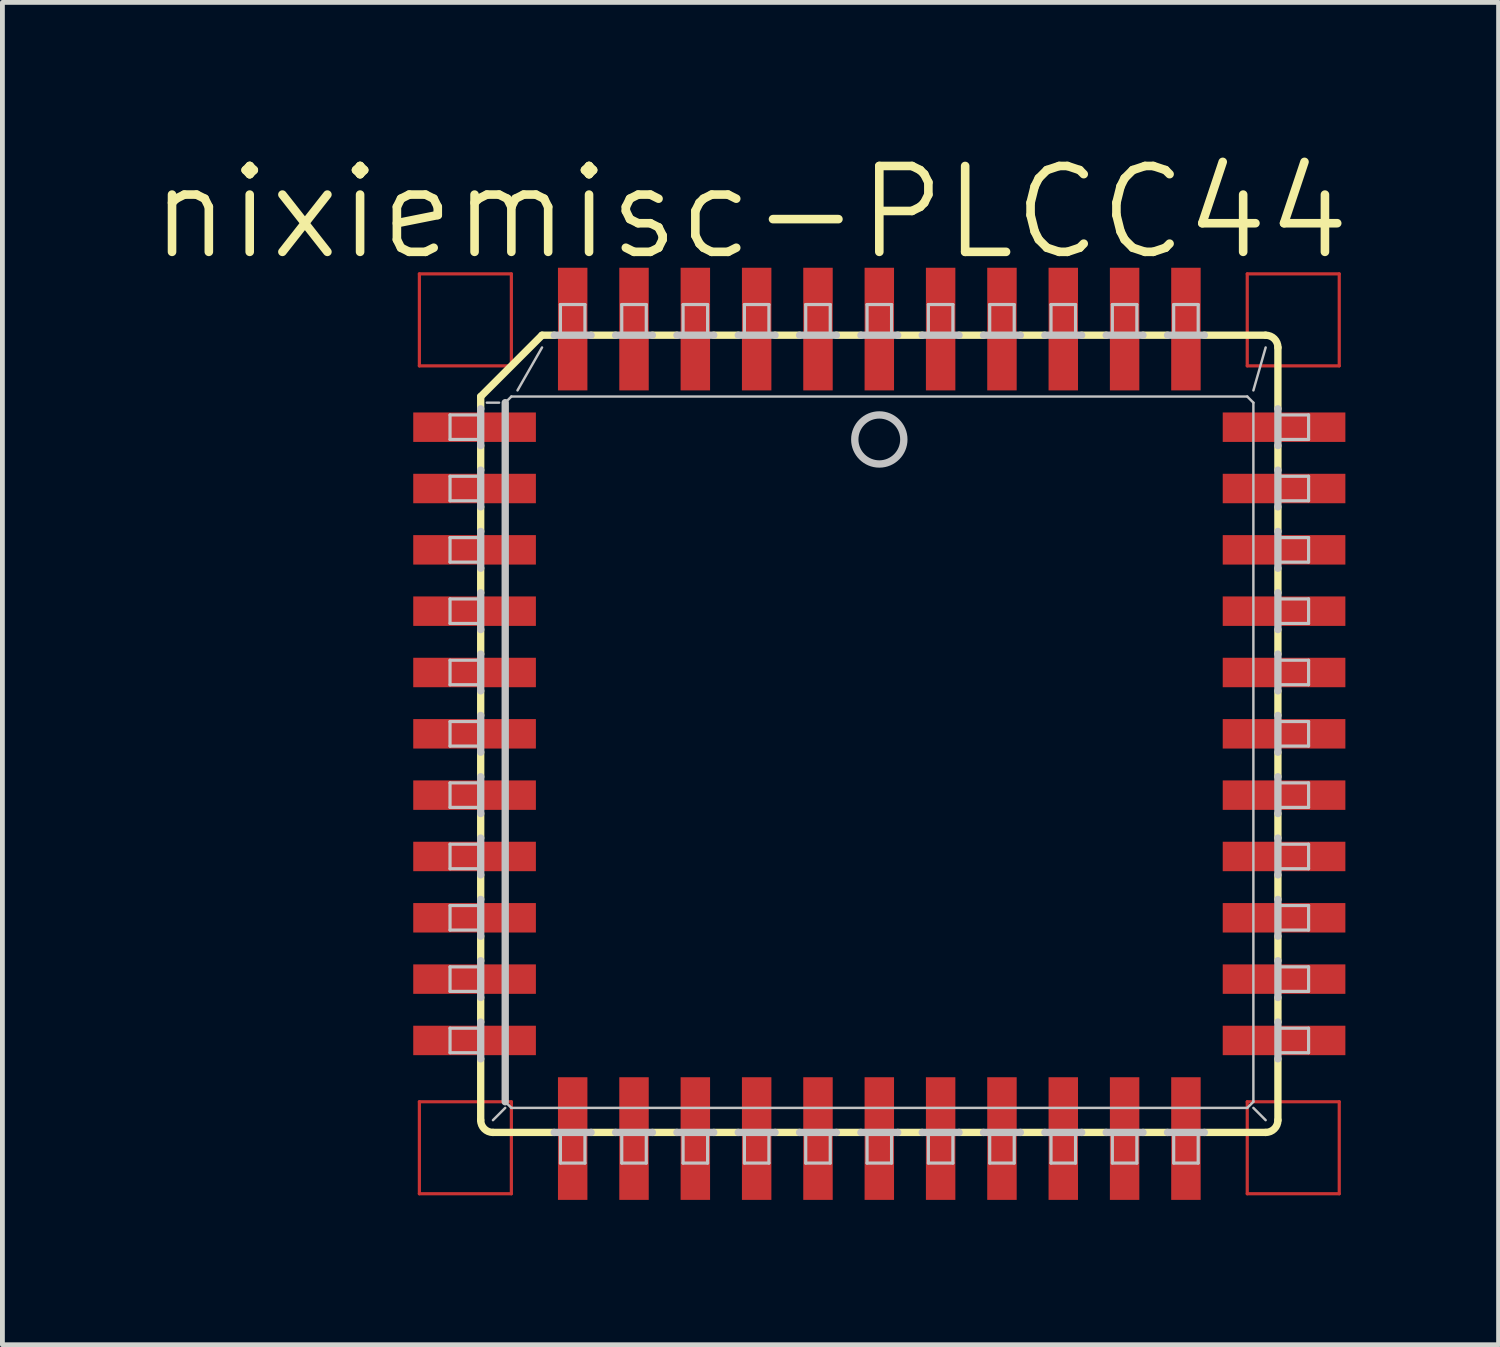
<source format=kicad_pcb>
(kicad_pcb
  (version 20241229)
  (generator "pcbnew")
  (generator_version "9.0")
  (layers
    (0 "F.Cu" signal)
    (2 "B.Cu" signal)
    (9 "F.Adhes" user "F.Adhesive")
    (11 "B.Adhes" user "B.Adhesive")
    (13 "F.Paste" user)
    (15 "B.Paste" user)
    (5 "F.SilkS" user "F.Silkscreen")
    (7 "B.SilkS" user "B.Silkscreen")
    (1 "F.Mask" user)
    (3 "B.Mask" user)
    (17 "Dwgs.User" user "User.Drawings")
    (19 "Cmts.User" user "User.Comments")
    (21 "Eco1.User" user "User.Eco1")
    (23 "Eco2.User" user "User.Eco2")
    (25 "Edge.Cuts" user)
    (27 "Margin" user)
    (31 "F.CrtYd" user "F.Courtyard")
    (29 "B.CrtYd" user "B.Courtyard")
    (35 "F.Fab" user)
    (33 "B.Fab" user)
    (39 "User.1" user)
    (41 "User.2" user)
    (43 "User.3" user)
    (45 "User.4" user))
  (footprint "nixiemisc-PLCC44"
    (layer "F.Cu")
    (at 15.16 12.147)
    (property "Reference" "nixiemisc-PLCC44" (at -2.667 -10.795 0) (unlocked yes) (layer "F.SilkS") (effects (font (size 1.778 1.778) (thickness 0.178))))
    (attr smd)
    (fp_line (start -9.525 -9.525) (end -7.62 -9.525) (stroke (width 0.066) (type solid)) (layer "F.Cu"))
    (fp_line (start -9.525 -7.62) (end -9.525 -9.525) (stroke (width 0.066) (type solid)) (layer "F.Cu"))
    (fp_line (start -9.525 -7.62) (end -7.62 -7.62) (stroke (width 0.066) (type solid)) (layer "F.Cu"))
    (fp_line (start -9.525 7.62) (end -7.62 7.62) (stroke (width 0.066) (type solid)) (layer "F.Cu"))
    (fp_line (start -9.525 9.525) (end -9.525 7.62) (stroke (width 0.066) (type solid)) (layer "F.Cu"))
    (fp_line (start -9.525 9.525) (end -7.62 9.525) (stroke (width 0.066) (type solid)) (layer "F.Cu"))
    (fp_line (start -7.62 -7.62) (end -7.62 -9.525) (stroke (width 0.066) (type solid)) (layer "F.Cu"))
    (fp_line (start -7.62 9.525) (end -7.62 7.62) (stroke (width 0.066) (type solid)) (layer "F.Cu"))
    (fp_line (start 7.62 -9.525) (end 9.525 -9.525) (stroke (width 0.066) (type solid)) (layer "F.Cu"))
    (fp_line (start 7.62 -7.62) (end 7.62 -9.525) (stroke (width 0.066) (type solid)) (layer "F.Cu"))
    (fp_line (start 7.62 -7.62) (end 9.525 -7.62) (stroke (width 0.066) (type solid)) (layer "F.Cu"))
    (fp_line (start 7.62 7.62) (end 9.525 7.62) (stroke (width 0.066) (type solid)) (layer "F.Cu"))
    (fp_line (start 7.62 9.525) (end 7.62 7.62) (stroke (width 0.066) (type solid)) (layer "F.Cu"))
    (fp_line (start 7.62 9.525) (end 9.525 9.525) (stroke (width 0.066) (type solid)) (layer "F.Cu"))
    (fp_line (start 9.525 -7.62) (end 9.525 -9.525) (stroke (width 0.066) (type solid)) (layer "F.Cu"))
    (fp_line (start 9.525 9.525) (end 9.525 7.62) (stroke (width 0.066) (type solid)) (layer "F.Cu"))
    (fp_line (start -9.525 -9.525) (end -7.62 -9.525) (stroke (width 0.066) (type solid)) (layer "F.Mask"))
    (fp_line (start -9.525 -7.62) (end -9.525 -9.525) (stroke (width 0.066) (type solid)) (layer "F.Mask"))
    (fp_line (start -9.525 -7.62) (end -7.62 -7.62) (stroke (width 0.066) (type solid)) (layer "F.Mask"))
    (fp_line (start -9.525 7.62) (end -7.62 7.62) (stroke (width 0.066) (type solid)) (layer "F.Mask"))
    (fp_line (start -9.525 9.525) (end -9.525 7.62) (stroke (width 0.066) (type solid)) (layer "F.Mask"))
    (fp_line (start -9.525 9.525) (end -7.62 9.525) (stroke (width 0.066) (type solid)) (layer "F.Mask"))
    (fp_line (start -7.62 -7.62) (end -7.62 -9.525) (stroke (width 0.066) (type solid)) (layer "F.Mask"))
    (fp_line (start -7.62 9.525) (end -7.62 7.62) (stroke (width 0.066) (type solid)) (layer "F.Mask"))
    (fp_line (start 7.62 -9.525) (end 9.525 -9.525) (stroke (width 0.066) (type solid)) (layer "F.Mask"))
    (fp_line (start 7.62 -7.62) (end 7.62 -9.525) (stroke (width 0.066) (type solid)) (layer "F.Mask"))
    (fp_line (start 7.62 -7.62) (end 9.525 -7.62) (stroke (width 0.066) (type solid)) (layer "F.Mask"))
    (fp_line (start 7.62 7.62) (end 9.525 7.62) (stroke (width 0.066) (type solid)) (layer "F.Mask"))
    (fp_line (start 7.62 9.525) (end 7.62 7.62) (stroke (width 0.066) (type solid)) (layer "F.Mask"))
    (fp_line (start 7.62 9.525) (end 9.525 9.525) (stroke (width 0.066) (type solid)) (layer "F.Mask"))
    (fp_line (start 9.525 -7.62) (end 9.525 -9.525) (stroke (width 0.066) (type solid)) (layer "F.Mask"))
    (fp_line (start 9.525 9.525) (end 9.525 7.62) (stroke (width 0.066) (type solid)) (layer "F.Mask"))
    (fp_line (start -8.255 -6.985) (end -8.255 -6.731) (stroke (width 0.152) (type solid)) (layer "F.SilkS"))
    (fp_line (start -8.255 -6.985) (end -6.985 -8.255) (stroke (width 0.152) (type solid)) (layer "F.SilkS"))
    (fp_line (start -8.255 -5.969) (end -8.255 -5.461) (stroke (width 0.152) (type solid)) (layer "F.SilkS"))
    (fp_line (start -8.255 -4.699) (end -8.255 -4.191) (stroke (width 0.152) (type solid)) (layer "F.SilkS"))
    (fp_line (start -8.255 -3.429) (end -8.255 -2.921) (stroke (width 0.152) (type solid)) (layer "F.SilkS"))
    (fp_line (start -8.255 -2.159) (end -8.255 -1.651) (stroke (width 0.152) (type solid)) (layer "F.SilkS"))
    (fp_line (start -8.255 -0.889) (end -8.255 -0.381) (stroke (width 0.152) (type solid)) (layer "F.SilkS"))
    (fp_line (start -8.255 0.381) (end -8.255 0.889) (stroke (width 0.152) (type solid)) (layer "F.SilkS"))
    (fp_line (start -8.255 2.159) (end -8.255 1.651) (stroke (width 0.152) (type solid)) (layer "F.SilkS"))
    (fp_line (start -8.255 2.921) (end -8.255 3.429) (stroke (width 0.152) (type solid)) (layer "F.SilkS"))
    (fp_line (start -8.255 4.699) (end -8.255 4.191) (stroke (width 0.152) (type solid)) (layer "F.SilkS"))
    (fp_line (start -8.255 5.461) (end -8.255 5.969) (stroke (width 0.152) (type solid)) (layer "F.SilkS"))
    (fp_line (start -8.255 8.001) (end -8.255 6.731) (stroke (width 0.152) (type solid)) (layer "F.SilkS"))
    (fp_line (start -8.001 8.255) (end -6.731 8.255) (stroke (width 0.152) (type solid)) (layer "F.SilkS"))
    (fp_line (start -6.985 -8.255) (end -6.731 -8.255) (stroke (width 0.152) (type solid)) (layer "F.SilkS"))
    (fp_line (start -5.969 8.255) (end -5.461 8.255) (stroke (width 0.152) (type solid)) (layer "F.SilkS"))
    (fp_line (start -5.461 -8.255) (end -5.969 -8.255) (stroke (width 0.152) (type solid)) (layer "F.SilkS"))
    (fp_line (start -4.699 -8.255) (end -4.191 -8.255) (stroke (width 0.152) (type solid)) (layer "F.SilkS"))
    (fp_line (start -4.699 8.255) (end -4.191 8.255) (stroke (width 0.152) (type solid)) (layer "F.SilkS"))
    (fp_line (start -3.429 8.255) (end -2.921 8.255) (stroke (width 0.152) (type solid)) (layer "F.SilkS"))
    (fp_line (start -2.921 -8.255) (end -3.429 -8.255) (stroke (width 0.152) (type solid)) (layer "F.SilkS"))
    (fp_line (start -2.159 -8.255) (end -1.651 -8.255) (stroke (width 0.152) (type solid)) (layer "F.SilkS"))
    (fp_line (start -2.159 8.255) (end -1.651 8.255) (stroke (width 0.152) (type solid)) (layer "F.SilkS"))
    (fp_line (start -0.889 8.255) (end -0.381 8.255) (stroke (width 0.152) (type solid)) (layer "F.SilkS"))
    (fp_line (start -0.381 -8.255) (end -0.889 -8.255) (stroke (width 0.152) (type solid)) (layer "F.SilkS"))
    (fp_line (start 0.381 8.255) (end 0.889 8.255) (stroke (width 0.152) (type solid)) (layer "F.SilkS"))
    (fp_line (start 0.889 -8.255) (end 0.381 -8.255) (stroke (width 0.152) (type solid)) (layer "F.SilkS"))
    (fp_line (start 2.159 -8.255) (end 1.651 -8.255) (stroke (width 0.152) (type solid)) (layer "F.SilkS"))
    (fp_line (start 2.159 8.255) (end 1.651 8.255) (stroke (width 0.152) (type solid)) (layer "F.SilkS"))
    (fp_line (start 2.921 8.255) (end 3.429 8.255) (stroke (width 0.152) (type solid)) (layer "F.SilkS"))
    (fp_line (start 3.429 -8.255) (end 2.921 -8.255) (stroke (width 0.152) (type solid)) (layer "F.SilkS"))
    (fp_line (start 4.699 -8.255) (end 4.191 -8.255) (stroke (width 0.152) (type solid)) (layer "F.SilkS"))
    (fp_line (start 4.699 8.255) (end 4.191 8.255) (stroke (width 0.152) (type solid)) (layer "F.SilkS"))
    (fp_line (start 5.461 8.255) (end 5.969 8.255) (stroke (width 0.152) (type solid)) (layer "F.SilkS"))
    (fp_line (start 5.969 -8.255) (end 5.461 -8.255) (stroke (width 0.152) (type solid)) (layer "F.SilkS"))
    (fp_line (start 8.001 -8.255) (end 6.731 -8.255) (stroke (width 0.152) (type solid)) (layer "F.SilkS"))
    (fp_line (start 8.001 8.255) (end 6.731 8.255) (stroke (width 0.152) (type solid)) (layer "F.SilkS"))
    (fp_line (start 8.255 -8.001) (end 8.255 -6.731) (stroke (width 0.152) (type solid)) (layer "F.SilkS"))
    (fp_line (start 8.255 -5.461) (end 8.255 -5.969) (stroke (width 0.152) (type solid)) (layer "F.SilkS"))
    (fp_line (start 8.255 -4.699) (end 8.255 -4.191) (stroke (width 0.152) (type solid)) (layer "F.SilkS"))
    (fp_line (start 8.255 -2.921) (end 8.255 -3.429) (stroke (width 0.152) (type solid)) (layer "F.SilkS"))
    (fp_line (start 8.255 -2.159) (end 8.255 -1.651) (stroke (width 0.152) (type solid)) (layer "F.SilkS"))
    (fp_line (start 8.255 -0.381) (end 8.255 -0.889) (stroke (width 0.152) (type solid)) (layer "F.SilkS"))
    (fp_line (start 8.255 0.889) (end 8.255 0.381) (stroke (width 0.152) (type solid)) (layer "F.SilkS"))
    (fp_line (start 8.255 2.159) (end 8.255 1.651) (stroke (width 0.152) (type solid)) (layer "F.SilkS"))
    (fp_line (start 8.255 3.429) (end 8.255 2.921) (stroke (width 0.152) (type solid)) (layer "F.SilkS"))
    (fp_line (start 8.255 4.699) (end 8.255 4.191) (stroke (width 0.152) (type solid)) (layer "F.SilkS"))
    (fp_line (start 8.255 5.969) (end 8.255 5.461) (stroke (width 0.152) (type solid)) (layer "F.SilkS"))
    (fp_line (start 8.255 8.001) (end 8.255 6.731) (stroke (width 0.152) (type solid)) (layer "F.SilkS"))
    (fp_arc (start -8.001 8.255) (mid -8.180605 8.180605) (end -8.255 8.001) (stroke (width 0.1524) (type solid)) (layer "F.SilkS"))
    (fp_arc (start 8.001 -8.255) (mid 8.180605 -8.180605) (end 8.255 -8.001) (stroke (width 0.1524) (type solid)) (layer "F.SilkS"))
    (fp_arc (start 8.255 8.001) (mid 8.180605 8.180605) (end 8.001 8.255) (stroke (width 0.1524) (type solid)) (layer "F.SilkS"))
    (fp_line (start -8.89 -6.604) (end -8.255 -6.604) (stroke (width 0.066) (type solid)) (layer "Dwgs.User"))
    (fp_line (start -8.89 -6.096) (end -8.89 -6.604) (stroke (width 0.066) (type solid)) (layer "Dwgs.User"))
    (fp_line (start -8.89 -6.096) (end -8.255 -6.096) (stroke (width 0.066) (type solid)) (layer "Dwgs.User"))
    (fp_line (start -8.89 -5.334) (end -8.255 -5.334) (stroke (width 0.066) (type solid)) (layer "Dwgs.User"))
    (fp_line (start -8.89 -4.826) (end -8.89 -5.334) (stroke (width 0.066) (type solid)) (layer "Dwgs.User"))
    (fp_line (start -8.89 -4.826) (end -8.255 -4.826) (stroke (width 0.066) (type solid)) (layer "Dwgs.User"))
    (fp_line (start -8.89 -4.064) (end -8.255 -4.064) (stroke (width 0.066) (type solid)) (layer "Dwgs.User"))
    (fp_line (start -8.89 -3.556) (end -8.89 -4.064) (stroke (width 0.066) (type solid)) (layer "Dwgs.User"))
    (fp_line (start -8.89 -3.556) (end -8.255 -3.556) (stroke (width 0.066) (type solid)) (layer "Dwgs.User"))
    (fp_line (start -8.89 -2.794) (end -8.255 -2.794) (stroke (width 0.066) (type solid)) (layer "Dwgs.User"))
    (fp_line (start -8.89 -2.286) (end -8.89 -2.794) (stroke (width 0.066) (type solid)) (layer "Dwgs.User"))
    (fp_line (start -8.89 -2.286) (end -8.255 -2.286) (stroke (width 0.066) (type solid)) (layer "Dwgs.User"))
    (fp_line (start -8.89 -1.524) (end -8.255 -1.524) (stroke (width 0.066) (type solid)) (layer "Dwgs.User"))
    (fp_line (start -8.89 -1.016) (end -8.89 -1.524) (stroke (width 0.066) (type solid)) (layer "Dwgs.User"))
    (fp_line (start -8.89 -1.016) (end -8.255 -1.016) (stroke (width 0.066) (type solid)) (layer "Dwgs.User"))
    (fp_line (start -8.89 -0.254) (end -8.255 -0.254) (stroke (width 0.066) (type solid)) (layer "Dwgs.User"))
    (fp_line (start -8.89 0.254) (end -8.89 -0.254) (stroke (width 0.066) (type solid)) (layer "Dwgs.User"))
    (fp_line (start -8.89 0.254) (end -8.255 0.254) (stroke (width 0.066) (type solid)) (layer "Dwgs.User"))
    (fp_line (start -8.89 1.016) (end -8.255 1.016) (stroke (width 0.066) (type solid)) (layer "Dwgs.User"))
    (fp_line (start -8.89 1.524) (end -8.89 1.016) (stroke (width 0.066) (type solid)) (layer "Dwgs.User"))
    (fp_line (start -8.89 1.524) (end -8.255 1.524) (stroke (width 0.066) (type solid)) (layer "Dwgs.User"))
    (fp_line (start -8.89 2.286) (end -8.255 2.286) (stroke (width 0.066) (type solid)) (layer "Dwgs.User"))
    (fp_line (start -8.89 2.794) (end -8.89 2.286) (stroke (width 0.066) (type solid)) (layer "Dwgs.User"))
    (fp_line (start -8.89 2.794) (end -8.255 2.794) (stroke (width 0.066) (type solid)) (layer "Dwgs.User"))
    (fp_line (start -8.89 3.556) (end -8.255 3.556) (stroke (width 0.066) (type solid)) (layer "Dwgs.User"))
    (fp_line (start -8.89 4.064) (end -8.89 3.556) (stroke (width 0.066) (type solid)) (layer "Dwgs.User"))
    (fp_line (start -8.89 4.064) (end -8.255 4.064) (stroke (width 0.066) (type solid)) (layer "Dwgs.User"))
    (fp_line (start -8.89 4.826) (end -8.255 4.826) (stroke (width 0.066) (type solid)) (layer "Dwgs.User"))
    (fp_line (start -8.89 5.334) (end -8.89 4.826) (stroke (width 0.066) (type solid)) (layer "Dwgs.User"))
    (fp_line (start -8.89 5.334) (end -8.255 5.334) (stroke (width 0.066) (type solid)) (layer "Dwgs.User"))
    (fp_line (start -8.89 6.096) (end -8.255 6.096) (stroke (width 0.066) (type solid)) (layer "Dwgs.User"))
    (fp_line (start -8.89 6.604) (end -8.89 6.096) (stroke (width 0.066) (type solid)) (layer "Dwgs.User"))
    (fp_line (start -8.89 6.604) (end -8.255 6.604) (stroke (width 0.066) (type solid)) (layer "Dwgs.User"))
    (fp_line (start -8.255 -6.731) (end -8.255 -5.969) (stroke (width 0.152) (type solid)) (layer "Dwgs.User"))
    (fp_line (start -8.255 -6.096) (end -8.255 -6.604) (stroke (width 0.066) (type solid)) (layer "Dwgs.User"))
    (fp_line (start -8.255 -5.461) (end -8.255 -4.699) (stroke (width 0.152) (type solid)) (layer "Dwgs.User"))
    (fp_line (start -8.255 -4.826) (end -8.255 -5.334) (stroke (width 0.066) (type solid)) (layer "Dwgs.User"))
    (fp_line (start -8.255 -4.191) (end -8.255 -3.429) (stroke (width 0.152) (type solid)) (layer "Dwgs.User"))
    (fp_line (start -8.255 -3.556) (end -8.255 -4.064) (stroke (width 0.066) (type solid)) (layer "Dwgs.User"))
    (fp_line (start -8.255 -2.921) (end -8.255 -2.159) (stroke (width 0.152) (type solid)) (layer "Dwgs.User"))
    (fp_line (start -8.255 -2.286) (end -8.255 -2.794) (stroke (width 0.066) (type solid)) (layer "Dwgs.User"))
    (fp_line (start -8.255 -1.651) (end -8.255 -0.889) (stroke (width 0.152) (type solid)) (layer "Dwgs.User"))
    (fp_line (start -8.255 -1.016) (end -8.255 -1.524) (stroke (width 0.066) (type solid)) (layer "Dwgs.User"))
    (fp_line (start -8.255 -0.381) (end -8.255 0.381) (stroke (width 0.152) (type solid)) (layer "Dwgs.User"))
    (fp_line (start -8.255 0.254) (end -8.255 -0.254) (stroke (width 0.066) (type solid)) (layer "Dwgs.User"))
    (fp_line (start -8.255 0.889) (end -8.255 1.651) (stroke (width 0.152) (type solid)) (layer "Dwgs.User"))
    (fp_line (start -8.255 1.524) (end -8.255 1.016) (stroke (width 0.066) (type solid)) (layer "Dwgs.User"))
    (fp_line (start -8.255 2.159) (end -8.255 2.921) (stroke (width 0.152) (type solid)) (layer "Dwgs.User"))
    (fp_line (start -8.255 2.794) (end -8.255 2.286) (stroke (width 0.066) (type solid)) (layer "Dwgs.User"))
    (fp_line (start -8.255 3.429) (end -8.255 4.191) (stroke (width 0.152) (type solid)) (layer "Dwgs.User"))
    (fp_line (start -8.255 4.064) (end -8.255 3.556) (stroke (width 0.066) (type solid)) (layer "Dwgs.User"))
    (fp_line (start -8.255 4.699) (end -8.255 5.461) (stroke (width 0.152) (type solid)) (layer "Dwgs.User"))
    (fp_line (start -8.255 5.334) (end -8.255 4.826) (stroke (width 0.066) (type solid)) (layer "Dwgs.User"))
    (fp_line (start -8.255 5.969) (end -8.255 6.731) (stroke (width 0.152) (type solid)) (layer "Dwgs.User"))
    (fp_line (start -8.255 6.604) (end -8.255 6.096) (stroke (width 0.066) (type solid)) (layer "Dwgs.User"))
    (fp_line (start -8.128 -6.858) (end -7.874 -6.858) (stroke (width 0.051) (type solid)) (layer "Dwgs.User"))
    (fp_line (start -7.747 7.62) (end -7.747 -6.858) (stroke (width 0.152) (type solid)) (layer "Dwgs.User"))
    (fp_line (start -7.747 7.62) (end -7.62 7.747) (stroke (width 0.051) (type solid)) (layer "Dwgs.User"))
    (fp_line (start -7.747 7.747) (end -8.001 8.001) (stroke (width 0.051) (type solid)) (layer "Dwgs.User"))
    (fp_line (start -7.62 -6.985) (end -7.747 -6.858) (stroke (width 0.051) (type solid)) (layer "Dwgs.User"))
    (fp_line (start -7.62 -6.985) (end 7.62 -6.985) (stroke (width 0.051) (type solid)) (layer "Dwgs.User"))
    (fp_line (start -6.985 -8.001) (end -7.493 -7.112) (stroke (width 0.051) (type solid)) (layer "Dwgs.User"))
    (fp_line (start -6.731 8.255) (end -5.969 8.255) (stroke (width 0.152) (type solid)) (layer "Dwgs.User"))
    (fp_line (start -6.604 -8.89) (end -6.096 -8.89) (stroke (width 0.066) (type solid)) (layer "Dwgs.User"))
    (fp_line (start -6.604 -8.255) (end -6.604 -8.89) (stroke (width 0.066) (type solid)) (layer "Dwgs.User"))
    (fp_line (start -6.604 -8.255) (end -6.096 -8.255) (stroke (width 0.066) (type solid)) (layer "Dwgs.User"))
    (fp_line (start -6.604 8.255) (end -6.096 8.255) (stroke (width 0.066) (type solid)) (layer "Dwgs.User"))
    (fp_line (start -6.604 8.89) (end -6.604 8.255) (stroke (width 0.066) (type solid)) (layer "Dwgs.User"))
    (fp_line (start -6.604 8.89) (end -6.096 8.89) (stroke (width 0.066) (type solid)) (layer "Dwgs.User"))
    (fp_line (start -6.096 -8.255) (end -6.096 -8.89) (stroke (width 0.066) (type solid)) (layer "Dwgs.User"))
    (fp_line (start -6.096 8.89) (end -6.096 8.255) (stroke (width 0.066) (type solid)) (layer "Dwgs.User"))
    (fp_line (start -5.969 -8.255) (end -6.731 -8.255) (stroke (width 0.152) (type solid)) (layer "Dwgs.User"))
    (fp_line (start -5.461 8.255) (end -4.699 8.255) (stroke (width 0.152) (type solid)) (layer "Dwgs.User"))
    (fp_line (start -5.334 -8.89) (end -4.826 -8.89) (stroke (width 0.066) (type solid)) (layer "Dwgs.User"))
    (fp_line (start -5.334 -8.255) (end -5.334 -8.89) (stroke (width 0.066) (type solid)) (layer "Dwgs.User"))
    (fp_line (start -5.334 -8.255) (end -4.826 -8.255) (stroke (width 0.066) (type solid)) (layer "Dwgs.User"))
    (fp_line (start -5.334 8.255) (end -4.826 8.255) (stroke (width 0.066) (type solid)) (layer "Dwgs.User"))
    (fp_line (start -5.334 8.89) (end -5.334 8.255) (stroke (width 0.066) (type solid)) (layer "Dwgs.User"))
    (fp_line (start -5.334 8.89) (end -4.826 8.89) (stroke (width 0.066) (type solid)) (layer "Dwgs.User"))
    (fp_line (start -4.826 -8.255) (end -4.826 -8.89) (stroke (width 0.066) (type solid)) (layer "Dwgs.User"))
    (fp_line (start -4.826 8.89) (end -4.826 8.255) (stroke (width 0.066) (type solid)) (layer "Dwgs.User"))
    (fp_line (start -4.699 -8.255) (end -5.461 -8.255) (stroke (width 0.152) (type solid)) (layer "Dwgs.User"))
    (fp_line (start -4.191 8.255) (end -3.429 8.255) (stroke (width 0.152) (type solid)) (layer "Dwgs.User"))
    (fp_line (start -4.064 -8.89) (end -3.556 -8.89) (stroke (width 0.066) (type solid)) (layer "Dwgs.User"))
    (fp_line (start -4.064 -8.255) (end -4.064 -8.89) (stroke (width 0.066) (type solid)) (layer "Dwgs.User"))
    (fp_line (start -4.064 -8.255) (end -3.556 -8.255) (stroke (width 0.066) (type solid)) (layer "Dwgs.User"))
    (fp_line (start -4.064 8.255) (end -3.556 8.255) (stroke (width 0.066) (type solid)) (layer "Dwgs.User"))
    (fp_line (start -4.064 8.89) (end -4.064 8.255) (stroke (width 0.066) (type solid)) (layer "Dwgs.User"))
    (fp_line (start -4.064 8.89) (end -3.556 8.89) (stroke (width 0.066) (type solid)) (layer "Dwgs.User"))
    (fp_line (start -3.556 -8.255) (end -3.556 -8.89) (stroke (width 0.066) (type solid)) (layer "Dwgs.User"))
    (fp_line (start -3.556 8.89) (end -3.556 8.255) (stroke (width 0.066) (type solid)) (layer "Dwgs.User"))
    (fp_line (start -3.429 -8.255) (end -4.191 -8.255) (stroke (width 0.152) (type solid)) (layer "Dwgs.User"))
    (fp_line (start -2.921 8.255) (end -2.159 8.255) (stroke (width 0.152) (type solid)) (layer "Dwgs.User"))
    (fp_line (start -2.794 -8.89) (end -2.286 -8.89) (stroke (width 0.066) (type solid)) (layer "Dwgs.User"))
    (fp_line (start -2.794 -8.255) (end -2.794 -8.89) (stroke (width 0.066) (type solid)) (layer "Dwgs.User"))
    (fp_line (start -2.794 -8.255) (end -2.286 -8.255) (stroke (width 0.066) (type solid)) (layer "Dwgs.User"))
    (fp_line (start -2.794 8.255) (end -2.286 8.255) (stroke (width 0.066) (type solid)) (layer "Dwgs.User"))
    (fp_line (start -2.794 8.89) (end -2.794 8.255) (stroke (width 0.066) (type solid)) (layer "Dwgs.User"))
    (fp_line (start -2.794 8.89) (end -2.286 8.89) (stroke (width 0.066) (type solid)) (layer "Dwgs.User"))
    (fp_line (start -2.286 -8.255) (end -2.286 -8.89) (stroke (width 0.066) (type solid)) (layer "Dwgs.User"))
    (fp_line (start -2.286 8.89) (end -2.286 8.255) (stroke (width 0.066) (type solid)) (layer "Dwgs.User"))
    (fp_line (start -2.159 -8.255) (end -2.921 -8.255) (stroke (width 0.152) (type solid)) (layer "Dwgs.User"))
    (fp_line (start -1.651 8.255) (end -0.889 8.255) (stroke (width 0.152) (type solid)) (layer "Dwgs.User"))
    (fp_line (start -1.524 -8.89) (end -1.016 -8.89) (stroke (width 0.066) (type solid)) (layer "Dwgs.User"))
    (fp_line (start -1.524 -8.255) (end -1.524 -8.89) (stroke (width 0.066) (type solid)) (layer "Dwgs.User"))
    (fp_line (start -1.524 -8.255) (end -1.016 -8.255) (stroke (width 0.066) (type solid)) (layer "Dwgs.User"))
    (fp_line (start -1.524 8.255) (end -1.016 8.255) (stroke (width 0.066) (type solid)) (layer "Dwgs.User"))
    (fp_line (start -1.524 8.89) (end -1.524 8.255) (stroke (width 0.066) (type solid)) (layer "Dwgs.User"))
    (fp_line (start -1.524 8.89) (end -1.016 8.89) (stroke (width 0.066) (type solid)) (layer "Dwgs.User"))
    (fp_line (start -1.016 -8.255) (end -1.016 -8.89) (stroke (width 0.066) (type solid)) (layer "Dwgs.User"))
    (fp_line (start -1.016 8.89) (end -1.016 8.255) (stroke (width 0.066) (type solid)) (layer "Dwgs.User"))
    (fp_line (start -0.889 -8.255) (end -1.651 -8.255) (stroke (width 0.152) (type solid)) (layer "Dwgs.User"))
    (fp_line (start -0.381 8.255) (end 0.381 8.255) (stroke (width 0.152) (type solid)) (layer "Dwgs.User"))
    (fp_line (start -0.254 -8.89) (end 0.254 -8.89) (stroke (width 0.066) (type solid)) (layer "Dwgs.User"))
    (fp_line (start -0.254 -8.255) (end -0.254 -8.89) (stroke (width 0.066) (type solid)) (layer "Dwgs.User"))
    (fp_line (start -0.254 -8.255) (end 0.254 -8.255) (stroke (width 0.066) (type solid)) (layer "Dwgs.User"))
    (fp_line (start -0.254 8.255) (end 0.254 8.255) (stroke (width 0.066) (type solid)) (layer "Dwgs.User"))
    (fp_line (start -0.254 8.89) (end -0.254 8.255) (stroke (width 0.066) (type solid)) (layer "Dwgs.User"))
    (fp_line (start -0.254 8.89) (end 0.254 8.89) (stroke (width 0.066) (type solid)) (layer "Dwgs.User"))
    (fp_line (start 0.254 -8.255) (end 0.254 -8.89) (stroke (width 0.066) (type solid)) (layer "Dwgs.User"))
    (fp_line (start 0.254 8.89) (end 0.254 8.255) (stroke (width 0.066) (type solid)) (layer "Dwgs.User"))
    (fp_line (start 0.381 -8.255) (end -0.381 -8.255) (stroke (width 0.152) (type solid)) (layer "Dwgs.User"))
    (fp_line (start 0.889 8.255) (end 1.651 8.255) (stroke (width 0.152) (type solid)) (layer "Dwgs.User"))
    (fp_line (start 1.016 -8.89) (end 1.524 -8.89) (stroke (width 0.066) (type solid)) (layer "Dwgs.User"))
    (fp_line (start 1.016 -8.255) (end 1.016 -8.89) (stroke (width 0.066) (type solid)) (layer "Dwgs.User"))
    (fp_line (start 1.016 -8.255) (end 1.524 -8.255) (stroke (width 0.066) (type solid)) (layer "Dwgs.User"))
    (fp_line (start 1.016 8.255) (end 1.524 8.255) (stroke (width 0.066) (type solid)) (layer "Dwgs.User"))
    (fp_line (start 1.016 8.89) (end 1.016 8.255) (stroke (width 0.066) (type solid)) (layer "Dwgs.User"))
    (fp_line (start 1.016 8.89) (end 1.524 8.89) (stroke (width 0.066) (type solid)) (layer "Dwgs.User"))
    (fp_line (start 1.524 -8.255) (end 1.524 -8.89) (stroke (width 0.066) (type solid)) (layer "Dwgs.User"))
    (fp_line (start 1.524 8.89) (end 1.524 8.255) (stroke (width 0.066) (type solid)) (layer "Dwgs.User"))
    (fp_line (start 1.651 -8.255) (end 0.889 -8.255) (stroke (width 0.152) (type solid)) (layer "Dwgs.User"))
    (fp_line (start 2.159 8.255) (end 2.921 8.255) (stroke (width 0.152) (type solid)) (layer "Dwgs.User"))
    (fp_line (start 2.286 -8.89) (end 2.794 -8.89) (stroke (width 0.066) (type solid)) (layer "Dwgs.User"))
    (fp_line (start 2.286 -8.255) (end 2.286 -8.89) (stroke (width 0.066) (type solid)) (layer "Dwgs.User"))
    (fp_line (start 2.286 -8.255) (end 2.794 -8.255) (stroke (width 0.066) (type solid)) (layer "Dwgs.User"))
    (fp_line (start 2.286 8.255) (end 2.794 8.255) (stroke (width 0.066) (type solid)) (layer "Dwgs.User"))
    (fp_line (start 2.286 8.89) (end 2.286 8.255) (stroke (width 0.066) (type solid)) (layer "Dwgs.User"))
    (fp_line (start 2.286 8.89) (end 2.794 8.89) (stroke (width 0.066) (type solid)) (layer "Dwgs.User"))
    (fp_line (start 2.794 -8.255) (end 2.794 -8.89) (stroke (width 0.066) (type solid)) (layer "Dwgs.User"))
    (fp_line (start 2.794 8.89) (end 2.794 8.255) (stroke (width 0.066) (type solid)) (layer "Dwgs.User"))
    (fp_line (start 2.921 -8.255) (end 2.159 -8.255) (stroke (width 0.152) (type solid)) (layer "Dwgs.User"))
    (fp_line (start 3.429 8.255) (end 4.191 8.255) (stroke (width 0.152) (type solid)) (layer "Dwgs.User"))
    (fp_line (start 3.556 -8.89) (end 4.064 -8.89) (stroke (width 0.066) (type solid)) (layer "Dwgs.User"))
    (fp_line (start 3.556 -8.255) (end 3.556 -8.89) (stroke (width 0.066) (type solid)) (layer "Dwgs.User"))
    (fp_line (start 3.556 -8.255) (end 4.064 -8.255) (stroke (width 0.066) (type solid)) (layer "Dwgs.User"))
    (fp_line (start 3.556 8.255) (end 4.064 8.255) (stroke (width 0.066) (type solid)) (layer "Dwgs.User"))
    (fp_line (start 3.556 8.89) (end 3.556 8.255) (stroke (width 0.066) (type solid)) (layer "Dwgs.User"))
    (fp_line (start 3.556 8.89) (end 4.064 8.89) (stroke (width 0.066) (type solid)) (layer "Dwgs.User"))
    (fp_line (start 4.064 -8.255) (end 4.064 -8.89) (stroke (width 0.066) (type solid)) (layer "Dwgs.User"))
    (fp_line (start 4.064 8.89) (end 4.064 8.255) (stroke (width 0.066) (type solid)) (layer "Dwgs.User"))
    (fp_line (start 4.191 -8.255) (end 3.429 -8.255) (stroke (width 0.152) (type solid)) (layer "Dwgs.User"))
    (fp_line (start 4.699 8.255) (end 5.461 8.255) (stroke (width 0.152) (type solid)) (layer "Dwgs.User"))
    (fp_line (start 4.826 -8.89) (end 5.334 -8.89) (stroke (width 0.066) (type solid)) (layer "Dwgs.User"))
    (fp_line (start 4.826 -8.255) (end 4.826 -8.89) (stroke (width 0.066) (type solid)) (layer "Dwgs.User"))
    (fp_line (start 4.826 -8.255) (end 5.334 -8.255) (stroke (width 0.066) (type solid)) (layer "Dwgs.User"))
    (fp_line (start 4.826 8.255) (end 5.334 8.255) (stroke (width 0.066) (type solid)) (layer "Dwgs.User"))
    (fp_line (start 4.826 8.89) (end 4.826 8.255) (stroke (width 0.066) (type solid)) (layer "Dwgs.User"))
    (fp_line (start 4.826 8.89) (end 5.334 8.89) (stroke (width 0.066) (type solid)) (layer "Dwgs.User"))
    (fp_line (start 5.334 -8.255) (end 5.334 -8.89) (stroke (width 0.066) (type solid)) (layer "Dwgs.User"))
    (fp_line (start 5.334 8.89) (end 5.334 8.255) (stroke (width 0.066) (type solid)) (layer "Dwgs.User"))
    (fp_line (start 5.461 -8.255) (end 4.699 -8.255) (stroke (width 0.152) (type solid)) (layer "Dwgs.User"))
    (fp_line (start 5.969 8.255) (end 6.731 8.255) (stroke (width 0.152) (type solid)) (layer "Dwgs.User"))
    (fp_line (start 6.096 -8.89) (end 6.604 -8.89) (stroke (width 0.066) (type solid)) (layer "Dwgs.User"))
    (fp_line (start 6.096 -8.255) (end 6.096 -8.89) (stroke (width 0.066) (type solid)) (layer "Dwgs.User"))
    (fp_line (start 6.096 -8.255) (end 6.604 -8.255) (stroke (width 0.066) (type solid)) (layer "Dwgs.User"))
    (fp_line (start 6.096 8.255) (end 6.604 8.255) (stroke (width 0.066) (type solid)) (layer "Dwgs.User"))
    (fp_line (start 6.096 8.89) (end 6.096 8.255) (stroke (width 0.066) (type solid)) (layer "Dwgs.User"))
    (fp_line (start 6.096 8.89) (end 6.604 8.89) (stroke (width 0.066) (type solid)) (layer "Dwgs.User"))
    (fp_line (start 6.604 -8.255) (end 6.604 -8.89) (stroke (width 0.066) (type solid)) (layer "Dwgs.User"))
    (fp_line (start 6.604 8.89) (end 6.604 8.255) (stroke (width 0.066) (type solid)) (layer "Dwgs.User"))
    (fp_line (start 6.731 -8.255) (end 5.969 -8.255) (stroke (width 0.152) (type solid)) (layer "Dwgs.User"))
    (fp_line (start 7.62 7.747) (end -7.62 7.747) (stroke (width 0.051) (type solid)) (layer "Dwgs.User"))
    (fp_line (start 7.62 7.747) (end 7.747 7.62) (stroke (width 0.051) (type solid)) (layer "Dwgs.User"))
    (fp_line (start 7.747 -6.858) (end 7.62 -6.985) (stroke (width 0.051) (type solid)) (layer "Dwgs.User"))
    (fp_line (start 7.747 -6.858) (end 7.747 7.62) (stroke (width 0.051) (type solid)) (layer "Dwgs.User"))
    (fp_line (start 7.747 7.747) (end 8.001 8.001) (stroke (width 0.051) (type solid)) (layer "Dwgs.User"))
    (fp_line (start 8.001 -8.001) (end 7.747 -7.112) (stroke (width 0.051) (type solid)) (layer "Dwgs.User"))
    (fp_line (start 8.255 -6.604) (end 8.89 -6.604) (stroke (width 0.066) (type solid)) (layer "Dwgs.User"))
    (fp_line (start 8.255 -6.096) (end 8.255 -6.604) (stroke (width 0.066) (type solid)) (layer "Dwgs.User"))
    (fp_line (start 8.255 -6.096) (end 8.89 -6.096) (stroke (width 0.066) (type solid)) (layer "Dwgs.User"))
    (fp_line (start 8.255 -5.969) (end 8.255 -6.731) (stroke (width 0.152) (type solid)) (layer "Dwgs.User"))
    (fp_line (start 8.255 -5.334) (end 8.89 -5.334) (stroke (width 0.066) (type solid)) (layer "Dwgs.User"))
    (fp_line (start 8.255 -4.826) (end 8.255 -5.334) (stroke (width 0.066) (type solid)) (layer "Dwgs.User"))
    (fp_line (start 8.255 -4.826) (end 8.89 -4.826) (stroke (width 0.066) (type solid)) (layer "Dwgs.User"))
    (fp_line (start 8.255 -4.699) (end 8.255 -5.461) (stroke (width 0.152) (type solid)) (layer "Dwgs.User"))
    (fp_line (start 8.255 -4.064) (end 8.89 -4.064) (stroke (width 0.066) (type solid)) (layer "Dwgs.User"))
    (fp_line (start 8.255 -3.556) (end 8.255 -4.064) (stroke (width 0.066) (type solid)) (layer "Dwgs.User"))
    (fp_line (start 8.255 -3.556) (end 8.89 -3.556) (stroke (width 0.066) (type solid)) (layer "Dwgs.User"))
    (fp_line (start 8.255 -3.429) (end 8.255 -4.191) (stroke (width 0.152) (type solid)) (layer "Dwgs.User"))
    (fp_line (start 8.255 -2.794) (end 8.89 -2.794) (stroke (width 0.066) (type solid)) (layer "Dwgs.User"))
    (fp_line (start 8.255 -2.286) (end 8.255 -2.794) (stroke (width 0.066) (type solid)) (layer "Dwgs.User"))
    (fp_line (start 8.255 -2.286) (end 8.89 -2.286) (stroke (width 0.066) (type solid)) (layer "Dwgs.User"))
    (fp_line (start 8.255 -2.159) (end 8.255 -2.921) (stroke (width 0.152) (type solid)) (layer "Dwgs.User"))
    (fp_line (start 8.255 -1.524) (end 8.89 -1.524) (stroke (width 0.066) (type solid)) (layer "Dwgs.User"))
    (fp_line (start 8.255 -1.016) (end 8.255 -1.524) (stroke (width 0.066) (type solid)) (layer "Dwgs.User"))
    (fp_line (start 8.255 -1.016) (end 8.89 -1.016) (stroke (width 0.066) (type solid)) (layer "Dwgs.User"))
    (fp_line (start 8.255 -0.889) (end 8.255 -1.651) (stroke (width 0.152) (type solid)) (layer "Dwgs.User"))
    (fp_line (start 8.255 -0.254) (end 8.89 -0.254) (stroke (width 0.066) (type solid)) (layer "Dwgs.User"))
    (fp_line (start 8.255 0.254) (end 8.255 -0.254) (stroke (width 0.066) (type solid)) (layer "Dwgs.User"))
    (fp_line (start 8.255 0.254) (end 8.89 0.254) (stroke (width 0.066) (type solid)) (layer "Dwgs.User"))
    (fp_line (start 8.255 0.381) (end 8.255 -0.381) (stroke (width 0.152) (type solid)) (layer "Dwgs.User"))
    (fp_line (start 8.255 1.016) (end 8.89 1.016) (stroke (width 0.066) (type solid)) (layer "Dwgs.User"))
    (fp_line (start 8.255 1.524) (end 8.255 1.016) (stroke (width 0.066) (type solid)) (layer "Dwgs.User"))
    (fp_line (start 8.255 1.524) (end 8.89 1.524) (stroke (width 0.066) (type solid)) (layer "Dwgs.User"))
    (fp_line (start 8.255 1.651) (end 8.255 0.889) (stroke (width 0.152) (type solid)) (layer "Dwgs.User"))
    (fp_line (start 8.255 2.286) (end 8.89 2.286) (stroke (width 0.066) (type solid)) (layer "Dwgs.User"))
    (fp_line (start 8.255 2.794) (end 8.255 2.286) (stroke (width 0.066) (type solid)) (layer "Dwgs.User"))
    (fp_line (start 8.255 2.794) (end 8.89 2.794) (stroke (width 0.066) (type solid)) (layer "Dwgs.User"))
    (fp_line (start 8.255 2.921) (end 8.255 2.159) (stroke (width 0.152) (type solid)) (layer "Dwgs.User"))
    (fp_line (start 8.255 3.556) (end 8.89 3.556) (stroke (width 0.066) (type solid)) (layer "Dwgs.User"))
    (fp_line (start 8.255 4.064) (end 8.255 3.556) (stroke (width 0.066) (type solid)) (layer "Dwgs.User"))
    (fp_line (start 8.255 4.064) (end 8.89 4.064) (stroke (width 0.066) (type solid)) (layer "Dwgs.User"))
    (fp_line (start 8.255 4.191) (end 8.255 3.429) (stroke (width 0.152) (type solid)) (layer "Dwgs.User"))
    (fp_line (start 8.255 4.826) (end 8.89 4.826) (stroke (width 0.066) (type solid)) (layer "Dwgs.User"))
    (fp_line (start 8.255 5.334) (end 8.255 4.826) (stroke (width 0.066) (type solid)) (layer "Dwgs.User"))
    (fp_line (start 8.255 5.334) (end 8.89 5.334) (stroke (width 0.066) (type solid)) (layer "Dwgs.User"))
    (fp_line (start 8.255 5.461) (end 8.255 4.699) (stroke (width 0.152) (type solid)) (layer "Dwgs.User"))
    (fp_line (start 8.255 6.096) (end 8.89 6.096) (stroke (width 0.066) (type solid)) (layer "Dwgs.User"))
    (fp_line (start 8.255 6.604) (end 8.255 6.096) (stroke (width 0.066) (type solid)) (layer "Dwgs.User"))
    (fp_line (start 8.255 6.604) (end 8.89 6.604) (stroke (width 0.066) (type solid)) (layer "Dwgs.User"))
    (fp_line (start 8.255 6.731) (end 8.255 5.969) (stroke (width 0.152) (type solid)) (layer "Dwgs.User"))
    (fp_line (start 8.89 -6.096) (end 8.89 -6.604) (stroke (width 0.066) (type solid)) (layer "Dwgs.User"))
    (fp_line (start 8.89 -4.826) (end 8.89 -5.334) (stroke (width 0.066) (type solid)) (layer "Dwgs.User"))
    (fp_line (start 8.89 -3.556) (end 8.89 -4.064) (stroke (width 0.066) (type solid)) (layer "Dwgs.User"))
    (fp_line (start 8.89 -2.286) (end 8.89 -2.794) (stroke (width 0.066) (type solid)) (layer "Dwgs.User"))
    (fp_line (start 8.89 -1.016) (end 8.89 -1.524) (stroke (width 0.066) (type solid)) (layer "Dwgs.User"))
    (fp_line (start 8.89 0.254) (end 8.89 -0.254) (stroke (width 0.066) (type solid)) (layer "Dwgs.User"))
    (fp_line (start 8.89 1.524) (end 8.89 1.016) (stroke (width 0.066) (type solid)) (layer "Dwgs.User"))
    (fp_line (start 8.89 2.794) (end 8.89 2.286) (stroke (width 0.066) (type solid)) (layer "Dwgs.User"))
    (fp_line (start 8.89 4.064) (end 8.89 3.556) (stroke (width 0.066) (type solid)) (layer "Dwgs.User"))
    (fp_line (start 8.89 5.334) (end 8.89 4.826) (stroke (width 0.066) (type solid)) (layer "Dwgs.User"))
    (fp_line (start 8.89 6.604) (end 8.89 6.096) (stroke (width 0.066) (type solid)) (layer "Dwgs.User"))
    (fp_circle (center 0 -6.096) (end 0 -6.604) (stroke (width 0.152) (type solid)) (fill no) (layer "Dwgs.User"))
    (pad "1" smd rect (at 0 -8.382) (size 0.61 2.54) (layers "F.Cu" "F.Mask" "F.Paste"))
    (pad "2" smd rect (at -1.27 -8.382) (size 0.61 2.54) (layers "F.Cu" "F.Mask" "F.Paste"))
    (pad "3" smd rect (at -2.54 -8.382) (size 0.61 2.54) (layers "F.Cu" "F.Mask" "F.Paste"))
    (pad "4" smd rect (at -3.81 -8.382) (size 0.61 2.54) (layers "F.Cu" "F.Mask" "F.Paste"))
    (pad "5" smd rect (at -5.08 -8.382) (size 0.61 2.54) (layers "F.Cu" "F.Mask" "F.Paste"))
    (pad "6" smd rect (at -6.35 -8.382) (size 0.61 2.54) (layers "F.Cu" "F.Mask" "F.Paste"))
    (pad "7" smd rect (at -8.382 -6.35) (size 2.54 0.61) (layers "F.Cu" "F.Mask" "F.Paste"))
    (pad "8" smd rect (at -8.382 -5.08) (size 2.54 0.61) (layers "F.Cu" "F.Mask" "F.Paste"))
    (pad "9" smd rect (at -8.382 -3.81) (size 2.54 0.61) (layers "F.Cu" "F.Mask" "F.Paste"))
    (pad "10" smd rect (at -8.382 -2.54) (size 2.54 0.61) (layers "F.Cu" "F.Mask" "F.Paste"))
    (pad "11" smd rect (at -8.382 -1.27) (size 2.54 0.61) (layers "F.Cu" "F.Mask" "F.Paste"))
    (pad "12" smd rect (at -8.382 0) (size 2.54 0.61) (layers "F.Cu" "F.Mask" "F.Paste"))
    (pad "13" smd rect (at -8.382 1.27) (size 2.54 0.61) (layers "F.Cu" "F.Mask" "F.Paste"))
    (pad "14" smd rect (at -8.382 2.54) (size 2.54 0.61) (layers "F.Cu" "F.Mask" "F.Paste"))
    (pad "15" smd rect (at -8.382 3.81) (size 2.54 0.61) (layers "F.Cu" "F.Mask" "F.Paste"))
    (pad "16" smd rect (at -8.382 5.08) (size 2.54 0.61) (layers "F.Cu" "F.Mask" "F.Paste"))
    (pad "17" smd rect (at -8.382 6.35) (size 2.54 0.61) (layers "F.Cu" "F.Mask" "F.Paste"))
    (pad "18" smd rect (at -6.35 8.382) (size 0.61 2.54) (layers "F.Cu" "F.Mask" "F.Paste"))
    (pad "19" smd rect (at -5.08 8.382) (size 0.61 2.54) (layers "F.Cu" "F.Mask" "F.Paste"))
    (pad "20" smd rect (at -3.81 8.382) (size 0.61 2.54) (layers "F.Cu" "F.Mask" "F.Paste"))
    (pad "21" smd rect (at -2.54 8.382) (size 0.61 2.54) (layers "F.Cu" "F.Mask" "F.Paste"))
    (pad "22" smd rect (at -1.27 8.382) (size 0.61 2.54) (layers "F.Cu" "F.Mask" "F.Paste"))
    (pad "23" smd rect (at 0 8.382) (size 0.61 2.54) (layers "F.Cu" "F.Mask" "F.Paste"))
    (pad "24" smd rect (at 1.27 8.382) (size 0.61 2.54) (layers "F.Cu" "F.Mask" "F.Paste"))
    (pad "25" smd rect (at 2.54 8.382) (size 0.61 2.54) (layers "F.Cu" "F.Mask" "F.Paste"))
    (pad "26" smd rect (at 3.81 8.382) (size 0.61 2.54) (layers "F.Cu" "F.Mask" "F.Paste"))
    (pad "27" smd rect (at 5.08 8.382) (size 0.61 2.54) (layers "F.Cu" "F.Mask" "F.Paste"))
    (pad "28" smd rect (at 6.35 8.382) (size 0.61 2.54) (layers "F.Cu" "F.Mask" "F.Paste"))
    (pad "29" smd rect (at 8.382 6.35) (size 2.54 0.61) (layers "F.Cu" "F.Mask" "F.Paste"))
    (pad "30" smd rect (at 8.382 5.08) (size 2.54 0.61) (layers "F.Cu" "F.Mask" "F.Paste"))
    (pad "31" smd rect (at 8.382 3.81) (size 2.54 0.61) (layers "F.Cu" "F.Mask" "F.Paste"))
    (pad "32" smd rect (at 8.382 2.54) (size 2.54 0.61) (layers "F.Cu" "F.Mask" "F.Paste"))
    (pad "33" smd rect (at 8.382 1.27) (size 2.54 0.61) (layers "F.Cu" "F.Mask" "F.Paste"))
    (pad "34" smd rect (at 8.382 0) (size 2.54 0.61) (layers "F.Cu" "F.Mask" "F.Paste"))
    (pad "35" smd rect (at 8.382 -1.27) (size 2.54 0.61) (layers "F.Cu" "F.Mask" "F.Paste"))
    (pad "36" smd rect (at 8.382 -2.54) (size 2.54 0.61) (layers "F.Cu" "F.Mask" "F.Paste"))
    (pad "37" smd rect (at 8.382 -3.81) (size 2.54 0.61) (layers "F.Cu" "F.Mask" "F.Paste"))
    (pad "38" smd rect (at 8.382 -5.08) (size 2.54 0.61) (layers "F.Cu" "F.Mask" "F.Paste"))
    (pad "39" smd rect (at 8.382 -6.35) (size 2.54 0.61) (layers "F.Cu" "F.Mask" "F.Paste"))
    (pad "40" smd rect (at 6.35 -8.382) (size 0.61 2.54) (layers "F.Cu" "F.Mask" "F.Paste"))
    (pad "41" smd rect (at 5.08 -8.382) (size 0.61 2.54) (layers "F.Cu" "F.Mask" "F.Paste"))
    (pad "42" smd rect (at 3.81 -8.382) (size 0.61 2.54) (layers "F.Cu" "F.Mask" "F.Paste"))
    (pad "43" smd rect (at 2.54 -8.382) (size 0.61 2.54) (layers "F.Cu" "F.Mask" "F.Paste"))
    (pad "44" smd rect (at 1.27 -8.382) (size 0.61 2.54) (layers "F.Cu" "F.Mask" "F.Paste")))
  (gr_rect
    (start -3 -3)
    (end 27.985 24.799)
    (stroke (width 0.1) (type default))
    (fill no)
    (layer "Edge.Cuts")))
</source>
